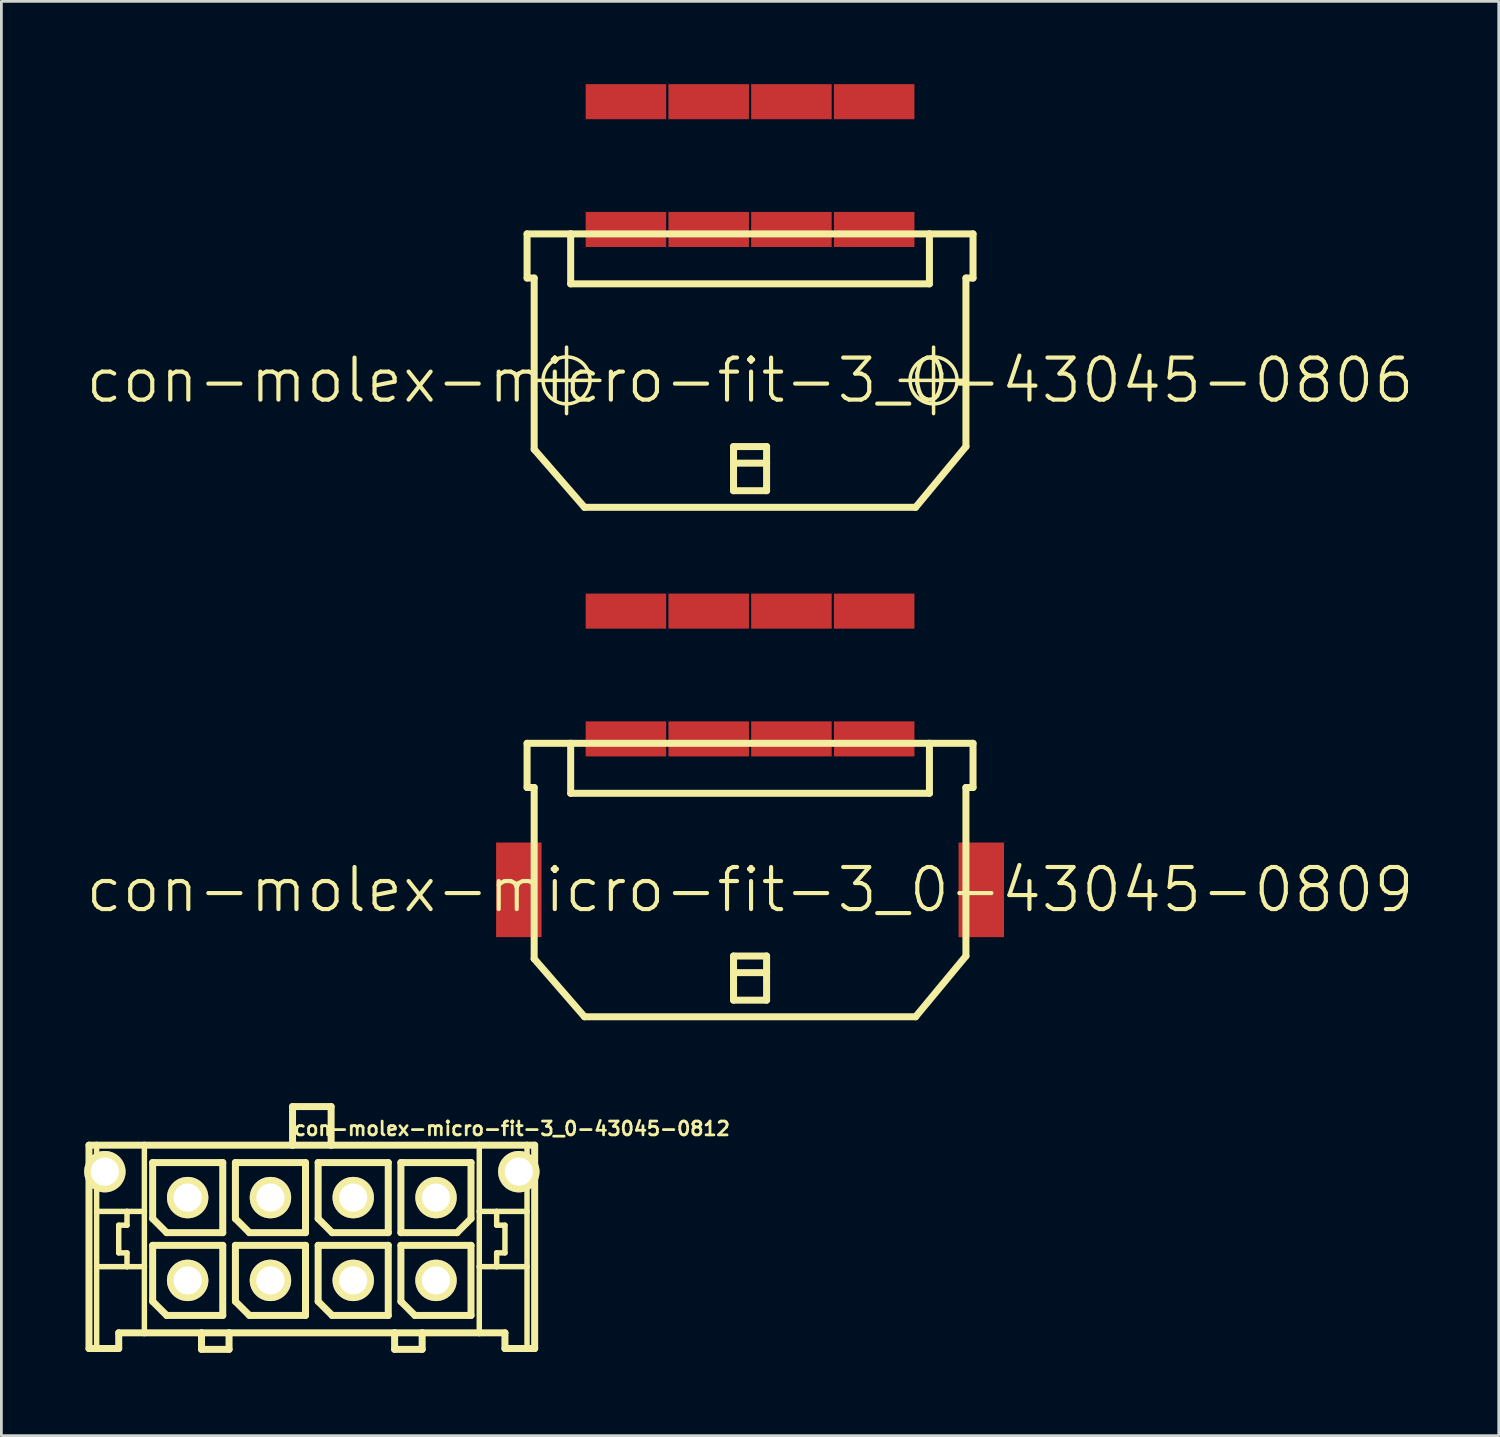
<source format=kicad_pcb>
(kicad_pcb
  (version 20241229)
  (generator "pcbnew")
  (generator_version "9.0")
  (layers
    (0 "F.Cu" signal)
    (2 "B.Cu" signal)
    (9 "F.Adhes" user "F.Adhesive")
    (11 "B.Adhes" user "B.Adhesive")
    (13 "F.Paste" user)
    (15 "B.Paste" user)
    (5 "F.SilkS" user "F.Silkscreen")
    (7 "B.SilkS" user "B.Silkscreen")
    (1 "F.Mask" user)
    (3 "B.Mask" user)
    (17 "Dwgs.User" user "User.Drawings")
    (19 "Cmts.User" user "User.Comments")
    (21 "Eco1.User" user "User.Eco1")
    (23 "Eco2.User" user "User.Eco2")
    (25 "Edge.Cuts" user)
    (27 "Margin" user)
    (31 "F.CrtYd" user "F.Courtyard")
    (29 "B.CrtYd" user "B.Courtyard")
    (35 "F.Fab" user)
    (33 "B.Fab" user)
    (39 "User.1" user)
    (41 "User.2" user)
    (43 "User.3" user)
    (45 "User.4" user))
  (footprint "con-molex-micro-fit-3_0-43045-0809"
    (layer "F.Cu")
    (at 24.13 29.195)
    (property "Reference" "con-molex-micro-fit-3_0-43045-0809" (at 0 0 0) (layer "F.SilkS") (effects (font (size 1.524 1.524) (thickness 0.15))))
    (attr smd)
    (fp_line (start -8.08 -5.309) (end -8.08 -3.708) (stroke (width 0.254) (type solid)) (layer "F.SilkS"))
    (fp_line (start -8.08 -3.708) (end -7.823 -3.708) (stroke (width 0.254) (type solid)) (layer "F.SilkS"))
    (fp_line (start -7.823 2.499) (end -7.823 -3.708) (stroke (width 0.254) (type solid)) (layer "F.SilkS"))
    (fp_line (start -7.823 2.499) (end -5.999 4.6) (stroke (width 0.254) (type solid)) (layer "F.SilkS"))
    (fp_line (start -6.5 -5.309) (end -8.08 -5.309) (stroke (width 0.254) (type solid)) (layer "F.SilkS"))
    (fp_line (start -6.5 -5.309) (end -6.5 -3.498) (stroke (width 0.254) (type solid)) (layer "F.SilkS"))
    (fp_line (start -6.5 -5.309) (end 6.5 -5.309) (stroke (width 0.254) (type solid)) (layer "F.SilkS"))
    (fp_line (start -6.5 -3.498) (end 6.5 -3.498) (stroke (width 0.254) (type solid)) (layer "F.SilkS"))
    (fp_line (start -4.829 -5.309) (end -6.5 -5.309) (stroke (width 0.127) (type solid)) (layer "F.SilkS"))
    (fp_line (start -4.823 -5.309) (end -6.5 -5.309) (stroke (width 0.127) (type solid)) (layer "F.SilkS"))
    (fp_line (start -0.599 2.398) (end 0.599 2.398) (stroke (width 0.254) (type solid)) (layer "F.SilkS"))
    (fp_line (start -0.599 3) (end -0.599 2.398) (stroke (width 0.254) (type solid)) (layer "F.SilkS"))
    (fp_line (start -0.599 3) (end 0.599 3) (stroke (width 0.254) (type solid)) (layer "F.SilkS"))
    (fp_line (start -0.599 3.998) (end -0.599 3) (stroke (width 0.254) (type solid)) (layer "F.SilkS"))
    (fp_line (start 0.599 2.398) (end 0.599 3) (stroke (width 0.254) (type solid)) (layer "F.SilkS"))
    (fp_line (start 0.599 3) (end 0.599 3.998) (stroke (width 0.254) (type solid)) (layer "F.SilkS"))
    (fp_line (start 0.599 3.998) (end -0.599 3.998) (stroke (width 0.254) (type solid)) (layer "F.SilkS"))
    (fp_line (start 5.999 4.6) (end -5.999 4.6) (stroke (width 0.254) (type solid)) (layer "F.SilkS"))
    (fp_line (start 6.5 -5.309) (end 8.08 -5.309) (stroke (width 0.254) (type solid)) (layer "F.SilkS"))
    (fp_line (start 6.5 -3.498) (end 6.5 -5.309) (stroke (width 0.254) (type solid)) (layer "F.SilkS"))
    (fp_line (start 7.823 -3.708) (end 7.823 2.398) (stroke (width 0.254) (type solid)) (layer "F.SilkS"))
    (fp_line (start 7.823 2.398) (end 5.999 4.6) (stroke (width 0.254) (type solid)) (layer "F.SilkS"))
    (fp_line (start 8.08 -5.309) (end 8.08 -3.708) (stroke (width 0.254) (type solid)) (layer "F.SilkS"))
    (fp_line (start 8.08 -3.708) (end 7.823 -3.708) (stroke (width 0.254) (type solid)) (layer "F.SilkS"))
    (pad "P$1" smd rect (at 4.498 -5.469) (size 2.918 1.27) (layers "F.Cu" "F.Mask" "F.Paste"))
    (pad "P$2" smd rect (at 1.499 -5.469) (size 2.918 1.27) (layers "F.Cu" "F.Mask" "F.Paste"))
    (pad "P$3" smd rect (at -1.499 -5.469) (size 2.918 1.27) (layers "F.Cu" "F.Mask" "F.Paste"))
    (pad "P$4" smd rect (at -4.498 -5.469) (size 2.918 1.27) (layers "F.Cu" "F.Mask" "F.Paste"))
    (pad "P$5" smd rect (at 4.498 -10.099) (size 2.918 1.27) (layers "F.Cu" "F.Mask" "F.Paste"))
    (pad "P$6" smd rect (at 1.499 -10.099) (size 2.918 1.27) (layers "F.Cu" "F.Mask" "F.Paste"))
    (pad "P$7" smd rect (at -1.499 -10.099) (size 2.918 1.27) (layers "F.Cu" "F.Mask" "F.Paste"))
    (pad "P$8" smd rect (at -4.498 -10.099) (size 2.918 1.27) (layers "F.Cu" "F.Mask" "F.Paste"))
    (pad "TAB1" smd rect (at -8.379 0) (size 1.648 3.429) (layers "F.Cu" "F.Mask" "F.Paste"))
    (pad "TAB2" smd rect (at 8.379 0) (size 1.648 3.429) (layers "F.Cu" "F.Mask" "F.Paste")))
  (footprint "con-molex-micro-fit-3_0-43045-0812"
    (layer "F.Cu")
    (at 8.25 41.848)
    (property "Reference" "con-molex-micro-fit-3_0-43045-0812" (at 7.25 -4 0) (layer "F.SilkS") (effects (font (size 0.5 0.5) (thickness 0.1))))
    (attr exclude_from_pos_files exclude_from_bom)
    (fp_line (start -8.075 -3.4) (end -7.798 -3.4) (stroke (width 0.254) (type solid)) (layer "F.SilkS"))
    (fp_line (start -8.075 3.969) (end -8.075 -3.4) (stroke (width 0.254) (type solid)) (layer "F.SilkS"))
    (fp_line (start -7.798 -3.4) (end -6.068 -3.4) (stroke (width 0.254) (type solid)) (layer "F.SilkS"))
    (fp_line (start -7.798 -0.999) (end -7.798 -3.4) (stroke (width 0.198) (type solid)) (layer "F.SilkS"))
    (fp_line (start -7.798 1.002) (end -7.798 -0.999) (stroke (width 0.198) (type solid)) (layer "F.SilkS"))
    (fp_line (start -7.798 3.969) (end -8.075 3.969) (stroke (width 0.254) (type solid)) (layer "F.SilkS"))
    (fp_line (start -7.798 3.969) (end -7.798 1.002) (stroke (width 0.198) (type solid)) (layer "F.SilkS"))
    (fp_line (start -6.998 -0.499) (end -6.998 0.502) (stroke (width 0.198) (type solid)) (layer "F.SilkS"))
    (fp_line (start -6.998 0.502) (end -6.698 0.502) (stroke (width 0.198) (type solid)) (layer "F.SilkS"))
    (fp_line (start -6.998 3.4) (end -6.998 3.969) (stroke (width 0.254) (type solid)) (layer "F.SilkS"))
    (fp_line (start -6.998 3.969) (end -7.798 3.969) (stroke (width 0.254) (type solid)) (layer "F.SilkS"))
    (fp_line (start -6.698 -0.999) (end -7.798 -0.999) (stroke (width 0.198) (type solid)) (layer "F.SilkS"))
    (fp_line (start -6.698 -0.999) (end -6.698 -0.499) (stroke (width 0.198) (type solid)) (layer "F.SilkS"))
    (fp_line (start -6.698 -0.499) (end -6.998 -0.499) (stroke (width 0.198) (type solid)) (layer "F.SilkS"))
    (fp_line (start -6.698 0.502) (end -6.698 1.002) (stroke (width 0.198) (type solid)) (layer "F.SilkS"))
    (fp_line (start -6.698 1.002) (end -7.798 1.002) (stroke (width 0.198) (type solid)) (layer "F.SilkS"))
    (fp_line (start -6.068 -3.4) (end -0.699 -3.4) (stroke (width 0.254) (type solid)) (layer "F.SilkS"))
    (fp_line (start -6.068 -0.999) (end -6.698 -0.999) (stroke (width 0.198) (type solid)) (layer "F.SilkS"))
    (fp_line (start -6.068 -0.999) (end -6.068 -3.4) (stroke (width 0.198) (type solid)) (layer "F.SilkS"))
    (fp_line (start -6.068 1.002) (end -6.698 1.002) (stroke (width 0.198) (type solid)) (layer "F.SilkS"))
    (fp_line (start -6.068 1.002) (end -6.068 -0.999) (stroke (width 0.198) (type solid)) (layer "F.SilkS"))
    (fp_line (start -6.068 3.4) (end -6.998 3.4) (stroke (width 0.254) (type solid)) (layer "F.SilkS"))
    (fp_line (start -6.068 3.4) (end -6.068 1.002) (stroke (width 0.198) (type solid)) (layer "F.SilkS"))
    (fp_line (start -5.768 -2.77) (end -3.228 -2.77) (stroke (width 0.254) (type solid)) (layer "F.SilkS"))
    (fp_line (start -5.768 -0.738) (end -5.768 -2.77) (stroke (width 0.254) (type solid)) (layer "F.SilkS"))
    (fp_line (start -5.768 0.23) (end -3.228 0.23) (stroke (width 0.254) (type solid)) (layer "F.SilkS"))
    (fp_line (start -5.768 2.262) (end -5.768 0.23) (stroke (width 0.254) (type solid)) (layer "F.SilkS"))
    (fp_line (start -5.26 -0.23) (end -5.768 -0.738) (stroke (width 0.254) (type solid)) (layer "F.SilkS"))
    (fp_line (start -5.26 2.77) (end -5.768 2.262) (stroke (width 0.254) (type solid)) (layer "F.SilkS"))
    (fp_line (start -3.998 3.4) (end -6.068 3.4) (stroke (width 0.254) (type solid)) (layer "F.SilkS"))
    (fp_line (start -3.998 3.4) (end -3.998 3.999) (stroke (width 0.254) (type solid)) (layer "F.SilkS"))
    (fp_line (start -3.998 3.999) (end -3 3.999) (stroke (width 0.254) (type solid)) (layer "F.SilkS"))
    (fp_line (start -3.228 -2.77) (end -3.228 -0.23) (stroke (width 0.254) (type solid)) (layer "F.SilkS"))
    (fp_line (start -3.228 -0.23) (end -5.26 -0.23) (stroke (width 0.254) (type solid)) (layer "F.SilkS"))
    (fp_line (start -3.228 0.23) (end -3.228 2.77) (stroke (width 0.254) (type solid)) (layer "F.SilkS"))
    (fp_line (start -3.228 2.77) (end -5.26 2.77) (stroke (width 0.254) (type solid)) (layer "F.SilkS"))
    (fp_line (start -3 3.4) (end -3.998 3.4) (stroke (width 0.254) (type solid)) (layer "F.SilkS"))
    (fp_line (start -3 3.999) (end -3 3.4) (stroke (width 0.254) (type solid)) (layer "F.SilkS"))
    (fp_line (start -2.769 -2.77) (end -0.229 -2.77) (stroke (width 0.254) (type solid)) (layer "F.SilkS"))
    (fp_line (start -2.769 -0.738) (end -2.769 -2.77) (stroke (width 0.254) (type solid)) (layer "F.SilkS"))
    (fp_line (start -2.769 0.23) (end -0.229 0.23) (stroke (width 0.254) (type solid)) (layer "F.SilkS"))
    (fp_line (start -2.769 2.262) (end -2.769 0.23) (stroke (width 0.254) (type solid)) (layer "F.SilkS"))
    (fp_line (start -2.261 -0.23) (end -2.769 -0.738) (stroke (width 0.254) (type solid)) (layer "F.SilkS"))
    (fp_line (start -2.261 2.77) (end -2.769 2.262) (stroke (width 0.254) (type solid)) (layer "F.SilkS"))
    (fp_line (start -0.699 -4.799) (end -0.699 -3.4) (stroke (width 0.254) (type solid)) (layer "F.SilkS"))
    (fp_line (start -0.699 -4.799) (end 0.699 -4.799) (stroke (width 0.254) (type solid)) (layer "F.SilkS"))
    (fp_line (start -0.699 -3.4) (end 0.699 -3.4) (stroke (width 0.254) (type solid)) (layer "F.SilkS"))
    (fp_line (start -0.229 -2.77) (end -0.229 -0.23) (stroke (width 0.254) (type solid)) (layer "F.SilkS"))
    (fp_line (start -0.229 -0.23) (end -2.261 -0.23) (stroke (width 0.254) (type solid)) (layer "F.SilkS"))
    (fp_line (start -0.229 0.23) (end -0.229 2.77) (stroke (width 0.254) (type solid)) (layer "F.SilkS"))
    (fp_line (start -0.229 2.77) (end -2.261 2.77) (stroke (width 0.254) (type solid)) (layer "F.SilkS"))
    (fp_line (start 0.229 -2.77) (end 2.769 -2.77) (stroke (width 0.254) (type solid)) (layer "F.SilkS"))
    (fp_line (start 0.229 -0.738) (end 0.229 -2.77) (stroke (width 0.254) (type solid)) (layer "F.SilkS"))
    (fp_line (start 0.229 0.23) (end 2.769 0.23) (stroke (width 0.254) (type solid)) (layer "F.SilkS"))
    (fp_line (start 0.229 2.262) (end 0.229 0.23) (stroke (width 0.254) (type solid)) (layer "F.SilkS"))
    (fp_line (start 0.699 -4.799) (end 0.699 -3.4) (stroke (width 0.254) (type solid)) (layer "F.SilkS"))
    (fp_line (start 0.699 -3.4) (end 6.068 -3.4) (stroke (width 0.254) (type solid)) (layer "F.SilkS"))
    (fp_line (start 0.737 -0.23) (end 0.229 -0.738) (stroke (width 0.254) (type solid)) (layer "F.SilkS"))
    (fp_line (start 0.737 2.77) (end 0.229 2.262) (stroke (width 0.254) (type solid)) (layer "F.SilkS"))
    (fp_line (start 2.769 -2.77) (end 2.769 -0.23) (stroke (width 0.254) (type solid)) (layer "F.SilkS"))
    (fp_line (start 2.769 -0.23) (end 0.737 -0.23) (stroke (width 0.254) (type solid)) (layer "F.SilkS"))
    (fp_line (start 2.769 0.23) (end 2.769 2.77) (stroke (width 0.254) (type solid)) (layer "F.SilkS"))
    (fp_line (start 2.769 2.77) (end 0.737 2.77) (stroke (width 0.254) (type solid)) (layer "F.SilkS"))
    (fp_line (start 3 3.4) (end -3 3.4) (stroke (width 0.254) (type solid)) (layer "F.SilkS"))
    (fp_line (start 3 3.4) (end 3 3.999) (stroke (width 0.254) (type solid)) (layer "F.SilkS"))
    (fp_line (start 3 3.999) (end 3.998 3.999) (stroke (width 0.254) (type solid)) (layer "F.SilkS"))
    (fp_line (start 3.228 -2.77) (end 3.228 -0.23) (stroke (width 0.254) (type solid)) (layer "F.SilkS"))
    (fp_line (start 3.228 -0.23) (end 5.26 -0.23) (stroke (width 0.254) (type solid)) (layer "F.SilkS"))
    (fp_line (start 3.228 0.23) (end 5.768 0.23) (stroke (width 0.254) (type solid)) (layer "F.SilkS"))
    (fp_line (start 3.228 2.262) (end 3.228 0.23) (stroke (width 0.254) (type solid)) (layer "F.SilkS"))
    (fp_line (start 3.736 2.77) (end 3.228 2.262) (stroke (width 0.254) (type solid)) (layer "F.SilkS"))
    (fp_line (start 3.998 3.4) (end 3 3.4) (stroke (width 0.254) (type solid)) (layer "F.SilkS"))
    (fp_line (start 3.998 3.999) (end 3.998 3.4) (stroke (width 0.254) (type solid)) (layer "F.SilkS"))
    (fp_line (start 5.26 -0.23) (end 5.768 -0.738) (stroke (width 0.254) (type solid)) (layer "F.SilkS"))
    (fp_line (start 5.768 -2.77) (end 3.228 -2.77) (stroke (width 0.254) (type solid)) (layer "F.SilkS"))
    (fp_line (start 5.768 -0.738) (end 5.768 -2.77) (stroke (width 0.254) (type solid)) (layer "F.SilkS"))
    (fp_line (start 5.768 0.23) (end 5.768 2.77) (stroke (width 0.254) (type solid)) (layer "F.SilkS"))
    (fp_line (start 5.768 2.77) (end 3.736 2.77) (stroke (width 0.254) (type solid)) (layer "F.SilkS"))
    (fp_line (start 6.068 -3.4) (end 6.068 -0.999) (stroke (width 0.198) (type solid)) (layer "F.SilkS"))
    (fp_line (start 6.068 -3.4) (end 7.798 -3.4) (stroke (width 0.254) (type solid)) (layer "F.SilkS"))
    (fp_line (start 6.068 -0.999) (end 6.068 1.002) (stroke (width 0.198) (type solid)) (layer "F.SilkS"))
    (fp_line (start 6.068 -0.999) (end 6.698 -0.999) (stroke (width 0.198) (type solid)) (layer "F.SilkS"))
    (fp_line (start 6.068 1.002) (end 6.068 3.4) (stroke (width 0.198) (type solid)) (layer "F.SilkS"))
    (fp_line (start 6.068 1.002) (end 6.698 1.002) (stroke (width 0.198) (type solid)) (layer "F.SilkS"))
    (fp_line (start 6.068 3.4) (end 3.998 3.4) (stroke (width 0.254) (type solid)) (layer "F.SilkS"))
    (fp_line (start 6.698 -0.999) (end 6.698 -0.499) (stroke (width 0.198) (type solid)) (layer "F.SilkS"))
    (fp_line (start 6.698 -0.999) (end 7.798 -0.999) (stroke (width 0.198) (type solid)) (layer "F.SilkS"))
    (fp_line (start 6.698 -0.499) (end 6.998 -0.499) (stroke (width 0.198) (type solid)) (layer "F.SilkS"))
    (fp_line (start 6.698 0.502) (end 6.698 1.002) (stroke (width 0.198) (type solid)) (layer "F.SilkS"))
    (fp_line (start 6.698 1.002) (end 7.798 1.002) (stroke (width 0.198) (type solid)) (layer "F.SilkS"))
    (fp_line (start 6.998 -0.499) (end 6.998 0.502) (stroke (width 0.198) (type solid)) (layer "F.SilkS"))
    (fp_line (start 6.998 0.502) (end 6.698 0.502) (stroke (width 0.198) (type solid)) (layer "F.SilkS"))
    (fp_line (start 6.998 3.4) (end 6.068 3.4) (stroke (width 0.254) (type solid)) (layer "F.SilkS"))
    (fp_line (start 6.998 3.969) (end 6.998 3.4) (stroke (width 0.254) (type solid)) (layer "F.SilkS"))
    (fp_line (start 6.998 3.969) (end 7.798 3.969) (stroke (width 0.254) (type solid)) (layer "F.SilkS"))
    (fp_line (start 7.798 -3.4) (end 8.075 -3.4) (stroke (width 0.254) (type solid)) (layer "F.SilkS"))
    (fp_line (start 7.798 -0.999) (end 7.798 -3.4) (stroke (width 0.198) (type solid)) (layer "F.SilkS"))
    (fp_line (start 7.798 1.002) (end 7.798 -0.999) (stroke (width 0.198) (type solid)) (layer "F.SilkS"))
    (fp_line (start 7.798 3.969) (end 7.798 1.002) (stroke (width 0.198) (type solid)) (layer "F.SilkS"))
    (fp_line (start 7.798 3.969) (end 8.075 3.969) (stroke (width 0.254) (type solid)) (layer "F.SilkS"))
    (fp_line (start 8.075 -3.4) (end 8.075 3.969) (stroke (width 0.254) (type solid)) (layer "F.SilkS"))
    (pad "1" thru_hole circle (at 4.5 1.5) (size 1.5 1.5) (drill 1.02) (layers "*.Cu" "F.Mask" "F.SilkS" "F.Paste"))
    (pad "2" thru_hole circle (at 1.5 1.5) (size 1.5 1.5) (drill 1.02) (layers "*.Cu" "F.Mask" "F.SilkS" "F.Paste"))
    (pad "3" thru_hole circle (at -1.5 1.5) (size 1.5 1.5) (drill 1.02) (layers "*.Cu" "F.Mask" "F.SilkS" "F.Paste"))
    (pad "4" thru_hole circle (at -4.5 1.5) (size 1.5 1.5) (drill 1.02) (layers "*.Cu" "F.Mask" "F.SilkS" "F.Paste"))
    (pad "5" thru_hole circle (at 4.5 -1.5) (size 1.5 1.5) (drill 1.02) (layers "*.Cu" "F.Mask" "F.SilkS" "F.Paste"))
    (pad "6" thru_hole circle (at 1.5 -1.5) (size 1.5 1.5) (drill 1.02) (layers "*.Cu" "F.Mask" "F.SilkS" "F.Paste"))
    (pad "7" thru_hole circle (at -1.5 -1.5) (size 1.5 1.5) (drill 1.02) (layers "*.Cu" "F.Mask" "F.SilkS" "F.Paste"))
    (pad "8" thru_hole circle (at -4.5 -1.5) (size 1.5 1.5) (drill 1.02) (layers "*.Cu" "F.Mask" "F.SilkS" "F.Paste"))
    (pad "TAB" thru_hole circle (at -7.5 -2.44) (size 1.5 1.5) (drill 1.02) (layers "*.Cu" "F.Mask" "F.SilkS" "F.Paste"))
    (pad "TAB" thru_hole circle (at 7.5 -2.44) (size 1.5 1.5) (drill 1.02) (layers "*.Cu" "F.Mask" "F.SilkS" "F.Paste")))
  (footprint "con-molex-micro-fit-3_0-43045-0806"
    (layer "F.Cu")
    (at 24.13 10.734)
    (property "Reference" "con-molex-micro-fit-3_0-43045-0806" (at 0 0 0) (layer "F.SilkS") (effects (font (size 1.524 1.524) (thickness 0.15))))
    (attr smd)
    (fp_line (start -8.08 -5.309) (end -8.08 -3.708) (stroke (width 0.254) (type solid)) (layer "F.SilkS"))
    (fp_line (start -8.08 -3.708) (end -7.823 -3.708) (stroke (width 0.254) (type solid)) (layer "F.SilkS"))
    (fp_line (start -7.854 0) (end -5.443 0) (stroke (width 0.127) (type solid)) (layer "F.SilkS"))
    (fp_line (start -7.823 2.499) (end -7.823 -3.708) (stroke (width 0.254) (type solid)) (layer "F.SilkS"))
    (fp_line (start -7.823 2.499) (end -5.999 4.6) (stroke (width 0.254) (type solid)) (layer "F.SilkS"))
    (fp_line (start -6.65 1.204) (end -6.65 -1.204) (stroke (width 0.127) (type solid)) (layer "F.SilkS"))
    (fp_line (start -6.5 -5.309) (end -8.08 -5.309) (stroke (width 0.254) (type solid)) (layer "F.SilkS"))
    (fp_line (start -6.5 -5.309) (end -6.5 -3.498) (stroke (width 0.254) (type solid)) (layer "F.SilkS"))
    (fp_line (start -6.5 -5.309) (end 6.5 -5.309) (stroke (width 0.254) (type solid)) (layer "F.SilkS"))
    (fp_line (start -6.5 -3.498) (end 6.5 -3.498) (stroke (width 0.254) (type solid)) (layer "F.SilkS"))
    (fp_line (start -4.829 -5.309) (end -6.5 -5.309) (stroke (width 0.127) (type solid)) (layer "F.SilkS"))
    (fp_line (start -4.823 -5.309) (end -6.5 -5.309) (stroke (width 0.127) (type solid)) (layer "F.SilkS"))
    (fp_line (start -0.599 2.398) (end 0.599 2.398) (stroke (width 0.254) (type solid)) (layer "F.SilkS"))
    (fp_line (start -0.599 3) (end -0.599 2.398) (stroke (width 0.254) (type solid)) (layer "F.SilkS"))
    (fp_line (start -0.599 3) (end 0.599 3) (stroke (width 0.254) (type solid)) (layer "F.SilkS"))
    (fp_line (start -0.599 3.998) (end -0.599 3) (stroke (width 0.254) (type solid)) (layer "F.SilkS"))
    (fp_line (start 0.599 2.398) (end 0.599 3) (stroke (width 0.254) (type solid)) (layer "F.SilkS"))
    (fp_line (start 0.599 3) (end 0.599 3.998) (stroke (width 0.254) (type solid)) (layer "F.SilkS"))
    (fp_line (start 0.599 3.998) (end -0.599 3.998) (stroke (width 0.254) (type solid)) (layer "F.SilkS"))
    (fp_line (start 5.443 0) (end 7.854 0) (stroke (width 0.127) (type solid)) (layer "F.SilkS"))
    (fp_line (start 5.999 4.6) (end -5.999 4.6) (stroke (width 0.254) (type solid)) (layer "F.SilkS"))
    (fp_line (start 6.5 -5.309) (end 8.08 -5.309) (stroke (width 0.254) (type solid)) (layer "F.SilkS"))
    (fp_line (start 6.5 -3.498) (end 6.5 -5.309) (stroke (width 0.254) (type solid)) (layer "F.SilkS"))
    (fp_line (start 6.65 1.204) (end 6.65 -1.204) (stroke (width 0.127) (type solid)) (layer "F.SilkS"))
    (fp_line (start 7.823 -3.708) (end 7.823 2.398) (stroke (width 0.254) (type solid)) (layer "F.SilkS"))
    (fp_line (start 7.823 2.398) (end 5.999 4.6) (stroke (width 0.254) (type solid)) (layer "F.SilkS"))
    (fp_line (start 8.08 -5.309) (end 8.08 -3.708) (stroke (width 0.254) (type solid)) (layer "F.SilkS"))
    (fp_line (start 8.08 -3.708) (end 7.823 -3.708) (stroke (width 0.254) (type solid)) (layer "F.SilkS"))
    (fp_circle (center -6.65 0) (end -7.252 0.602) (stroke (width 0.127) (type solid)) (fill no) (layer "F.SilkS"))
    (fp_circle (center 6.65 0) (end 7.252 0.602) (stroke (width 0.127) (type solid)) (fill no) (layer "F.SilkS"))
    (pad "P$1" smd rect (at 4.498 -5.469) (size 2.918 1.27) (layers "F.Cu" "F.Mask" "F.Paste"))
    (pad "P$2" smd rect (at 1.499 -5.469) (size 2.918 1.27) (layers "F.Cu" "F.Mask" "F.Paste"))
    (pad "P$3" smd rect (at -1.499 -5.469) (size 2.918 1.27) (layers "F.Cu" "F.Mask" "F.Paste"))
    (pad "P$4" smd rect (at -4.498 -5.469) (size 2.918 1.27) (layers "F.Cu" "F.Mask" "F.Paste"))
    (pad "P$5" smd rect (at 4.498 -10.099) (size 2.918 1.27) (layers "F.Cu" "F.Mask" "F.Paste"))
    (pad "P$6" smd rect (at 1.499 -10.099) (size 2.918 1.27) (layers "F.Cu" "F.Mask" "F.Paste"))
    (pad "P$7" smd rect (at -1.499 -10.099) (size 2.918 1.27) (layers "F.Cu" "F.Mask" "F.Paste"))
    (pad "P$8" smd rect (at -4.498 -10.099) (size 2.918 1.27) (layers "F.Cu" "F.Mask" "F.Paste")))
  (gr_rect
    (start -3 -3)
    (end 51.26 48.975)
    (stroke (width 0.1) (type default))
    (fill no)
    (layer "Edge.Cuts")))
</source>
